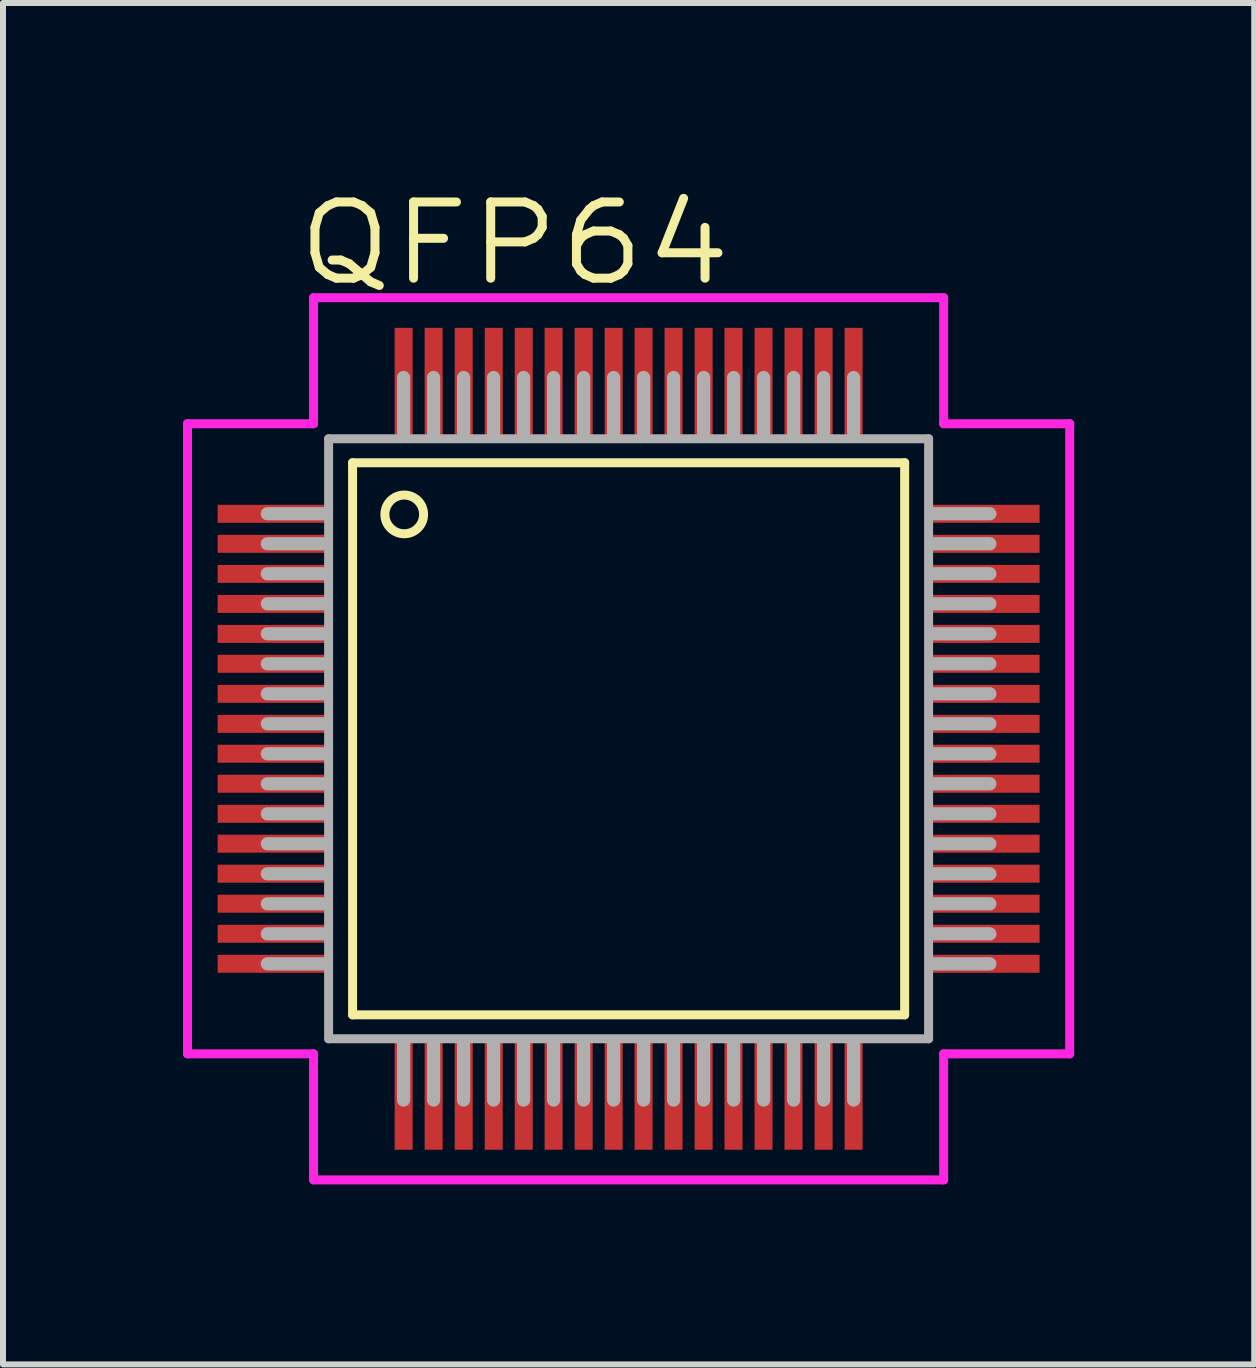
<source format=kicad_pcb>
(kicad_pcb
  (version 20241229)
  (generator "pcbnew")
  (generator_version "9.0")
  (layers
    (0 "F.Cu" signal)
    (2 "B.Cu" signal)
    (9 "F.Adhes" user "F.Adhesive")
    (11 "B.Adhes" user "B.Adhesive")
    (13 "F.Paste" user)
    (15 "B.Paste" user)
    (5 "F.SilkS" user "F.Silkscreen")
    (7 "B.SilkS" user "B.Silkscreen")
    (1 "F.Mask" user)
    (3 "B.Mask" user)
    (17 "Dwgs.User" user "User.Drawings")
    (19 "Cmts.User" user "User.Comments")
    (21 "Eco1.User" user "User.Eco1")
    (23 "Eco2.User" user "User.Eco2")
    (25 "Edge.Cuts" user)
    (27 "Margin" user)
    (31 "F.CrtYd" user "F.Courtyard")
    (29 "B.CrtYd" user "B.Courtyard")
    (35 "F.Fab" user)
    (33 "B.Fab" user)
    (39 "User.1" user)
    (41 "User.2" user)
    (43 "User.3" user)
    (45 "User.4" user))
  (footprint "QFP64"
    (layer "F.Cu")
    (at 7.425 9.261)
    (property "Reference" "QFP64" (at -1.905 -8.255 0) (layer "F.SilkS") (effects (font (size 1.27 1.5) (thickness 0.15))))
    (attr smd)
    (fp_line (start -4.6 -4.6) (end -4.6 4.6) (stroke (width 0.15) (type solid)) (layer "F.SilkS"))
    (fp_line (start -4.6 4.6) (end 4.6 4.6) (stroke (width 0.15) (type solid)) (layer "F.SilkS"))
    (fp_line (start 4.6 -4.6) (end -4.6 -4.6) (stroke (width 0.15) (type solid)) (layer "F.SilkS"))
    (fp_line (start 4.6 4.6) (end 4.6 -4.6) (stroke (width 0.15) (type solid)) (layer "F.SilkS"))
    (fp_circle (center -3.739 -3.739) (end -3.967 -3.967) (stroke (width 0.15) (type solid)) (fill no) (layer "F.SilkS"))
    (fp_line (start -7.35 -5.25) (end -5.25 -5.25) (stroke (width 0.15) (type solid)) (layer "F.CrtYd"))
    (fp_line (start -7.35 5.25) (end -7.35 -5.25) (stroke (width 0.15) (type solid)) (layer "F.CrtYd"))
    (fp_line (start -5.25 -7.35) (end 5.25 -7.35) (stroke (width 0.15) (type solid)) (layer "F.CrtYd"))
    (fp_line (start -5.25 -5.25) (end -5.25 -7.35) (stroke (width 0.15) (type solid)) (layer "F.CrtYd"))
    (fp_line (start -5.25 5.25) (end -7.35 5.25) (stroke (width 0.15) (type solid)) (layer "F.CrtYd"))
    (fp_line (start -5.25 7.35) (end -5.25 5.25) (stroke (width 0.15) (type solid)) (layer "F.CrtYd"))
    (fp_line (start 5.25 -7.35) (end 5.25 -5.25) (stroke (width 0.15) (type solid)) (layer "F.CrtYd"))
    (fp_line (start 5.25 -5.25) (end 7.35 -5.25) (stroke (width 0.15) (type solid)) (layer "F.CrtYd"))
    (fp_line (start 5.25 5.25) (end 5.25 7.35) (stroke (width 0.15) (type solid)) (layer "F.CrtYd"))
    (fp_line (start 5.25 7.35) (end -5.25 7.35) (stroke (width 0.15) (type solid)) (layer "F.CrtYd"))
    (fp_line (start 7.35 -5.25) (end 7.35 5.25) (stroke (width 0.15) (type solid)) (layer "F.CrtYd"))
    (fp_line (start 7.35 5.25) (end 5.25 5.25) (stroke (width 0.15) (type solid)) (layer "F.CrtYd"))
    (fp_line (start -6.02 -3.75) (end -5.1 -3.75) (stroke (width 0.22) (type solid)) (layer "F.Fab"))
    (fp_line (start -6.02 -3.25) (end -5.1 -3.25) (stroke (width 0.22) (type solid)) (layer "F.Fab"))
    (fp_line (start -6.02 -2.75) (end -5.1 -2.75) (stroke (width 0.22) (type solid)) (layer "F.Fab"))
    (fp_line (start -6.02 -2.25) (end -5.1 -2.25) (stroke (width 0.22) (type solid)) (layer "F.Fab"))
    (fp_line (start -6.02 -1.75) (end -5.1 -1.75) (stroke (width 0.22) (type solid)) (layer "F.Fab"))
    (fp_line (start -6.02 -1.25) (end -5.1 -1.25) (stroke (width 0.22) (type solid)) (layer "F.Fab"))
    (fp_line (start -6.02 -0.75) (end -5.1 -0.75) (stroke (width 0.22) (type solid)) (layer "F.Fab"))
    (fp_line (start -6.02 -0.25) (end -5.1 -0.25) (stroke (width 0.22) (type solid)) (layer "F.Fab"))
    (fp_line (start -6.02 0.25) (end -5.1 0.25) (stroke (width 0.22) (type solid)) (layer "F.Fab"))
    (fp_line (start -6.02 0.75) (end -5.1 0.75) (stroke (width 0.22) (type solid)) (layer "F.Fab"))
    (fp_line (start -6.02 1.25) (end -5.1 1.25) (stroke (width 0.22) (type solid)) (layer "F.Fab"))
    (fp_line (start -6.02 1.75) (end -5.1 1.75) (stroke (width 0.22) (type solid)) (layer "F.Fab"))
    (fp_line (start -6.02 2.25) (end -5.1 2.25) (stroke (width 0.22) (type solid)) (layer "F.Fab"))
    (fp_line (start -6.02 2.75) (end -5.1 2.75) (stroke (width 0.22) (type solid)) (layer "F.Fab"))
    (fp_line (start -6.02 3.25) (end -5.1 3.25) (stroke (width 0.22) (type solid)) (layer "F.Fab"))
    (fp_line (start -6.02 3.75) (end -5.1 3.75) (stroke (width 0.22) (type solid)) (layer "F.Fab"))
    (fp_line (start -4.999 -4.999) (end -4.999 4.999) (stroke (width 0.15) (type solid)) (layer "F.Fab"))
    (fp_line (start -4.999 4.999) (end 4.999 4.999) (stroke (width 0.15) (type solid)) (layer "F.Fab"))
    (fp_line (start -3.75 -5.1) (end -3.75 -6.02) (stroke (width 0.22) (type solid)) (layer "F.Fab"))
    (fp_line (start -3.75 6.02) (end -3.75 5.1) (stroke (width 0.22) (type solid)) (layer "F.Fab"))
    (fp_line (start -3.25 -5.1) (end -3.25 -6.02) (stroke (width 0.22) (type solid)) (layer "F.Fab"))
    (fp_line (start -3.25 6.02) (end -3.25 5.1) (stroke (width 0.22) (type solid)) (layer "F.Fab"))
    (fp_line (start -2.75 -5.1) (end -2.75 -6.02) (stroke (width 0.22) (type solid)) (layer "F.Fab"))
    (fp_line (start -2.75 6.02) (end -2.75 5.1) (stroke (width 0.22) (type solid)) (layer "F.Fab"))
    (fp_line (start -2.25 -5.1) (end -2.25 -6.02) (stroke (width 0.22) (type solid)) (layer "F.Fab"))
    (fp_line (start -2.25 6.02) (end -2.25 5.1) (stroke (width 0.22) (type solid)) (layer "F.Fab"))
    (fp_line (start -1.75 -5.1) (end -1.75 -6.02) (stroke (width 0.22) (type solid)) (layer "F.Fab"))
    (fp_line (start -1.75 6.02) (end -1.75 5.1) (stroke (width 0.22) (type solid)) (layer "F.Fab"))
    (fp_line (start -1.25 -5.1) (end -1.25 -6.02) (stroke (width 0.22) (type solid)) (layer "F.Fab"))
    (fp_line (start -1.25 6.02) (end -1.25 5.1) (stroke (width 0.22) (type solid)) (layer "F.Fab"))
    (fp_line (start -0.75 -5.1) (end -0.75 -6.02) (stroke (width 0.22) (type solid)) (layer "F.Fab"))
    (fp_line (start -0.75 6.02) (end -0.75 5.1) (stroke (width 0.22) (type solid)) (layer "F.Fab"))
    (fp_line (start -0.25 -5.1) (end -0.25 -6.02) (stroke (width 0.22) (type solid)) (layer "F.Fab"))
    (fp_line (start -0.25 6.02) (end -0.25 5.1) (stroke (width 0.22) (type solid)) (layer "F.Fab"))
    (fp_line (start 0.25 -5.1) (end 0.25 -6.02) (stroke (width 0.22) (type solid)) (layer "F.Fab"))
    (fp_line (start 0.25 6.02) (end 0.25 5.1) (stroke (width 0.22) (type solid)) (layer "F.Fab"))
    (fp_line (start 0.75 -5.1) (end 0.75 -6.02) (stroke (width 0.22) (type solid)) (layer "F.Fab"))
    (fp_line (start 0.75 6.02) (end 0.75 5.1) (stroke (width 0.22) (type solid)) (layer "F.Fab"))
    (fp_line (start 1.25 -5.1) (end 1.25 -6.02) (stroke (width 0.22) (type solid)) (layer "F.Fab"))
    (fp_line (start 1.25 6.02) (end 1.25 5.1) (stroke (width 0.22) (type solid)) (layer "F.Fab"))
    (fp_line (start 1.75 -5.1) (end 1.75 -6.02) (stroke (width 0.22) (type solid)) (layer "F.Fab"))
    (fp_line (start 1.75 6.02) (end 1.75 5.1) (stroke (width 0.22) (type solid)) (layer "F.Fab"))
    (fp_line (start 2.25 -5.1) (end 2.25 -6.02) (stroke (width 0.22) (type solid)) (layer "F.Fab"))
    (fp_line (start 2.25 6.02) (end 2.25 5.1) (stroke (width 0.22) (type solid)) (layer "F.Fab"))
    (fp_line (start 2.75 -5.1) (end 2.75 -6.02) (stroke (width 0.22) (type solid)) (layer "F.Fab"))
    (fp_line (start 2.75 6.02) (end 2.75 5.1) (stroke (width 0.22) (type solid)) (layer "F.Fab"))
    (fp_line (start 3.25 -5.1) (end 3.25 -6.02) (stroke (width 0.22) (type solid)) (layer "F.Fab"))
    (fp_line (start 3.25 6.02) (end 3.25 5.1) (stroke (width 0.22) (type solid)) (layer "F.Fab"))
    (fp_line (start 3.75 -5.1) (end 3.75 -6.02) (stroke (width 0.22) (type solid)) (layer "F.Fab"))
    (fp_line (start 3.75 6.02) (end 3.75 5.1) (stroke (width 0.22) (type solid)) (layer "F.Fab"))
    (fp_line (start 4.999 -4.999) (end -4.999 -4.999) (stroke (width 0.15) (type solid)) (layer "F.Fab"))
    (fp_line (start 4.999 4.999) (end 4.999 -4.999) (stroke (width 0.15) (type solid)) (layer "F.Fab"))
    (fp_line (start 5.1 -3.75) (end 6.02 -3.75) (stroke (width 0.22) (type solid)) (layer "F.Fab"))
    (fp_line (start 5.1 -3.25) (end 6.02 -3.25) (stroke (width 0.22) (type solid)) (layer "F.Fab"))
    (fp_line (start 5.1 -2.75) (end 6.02 -2.75) (stroke (width 0.22) (type solid)) (layer "F.Fab"))
    (fp_line (start 5.1 -2.25) (end 6.02 -2.25) (stroke (width 0.22) (type solid)) (layer "F.Fab"))
    (fp_line (start 5.1 -1.75) (end 6.02 -1.75) (stroke (width 0.22) (type solid)) (layer "F.Fab"))
    (fp_line (start 5.1 -1.25) (end 6.02 -1.25) (stroke (width 0.22) (type solid)) (layer "F.Fab"))
    (fp_line (start 5.1 -0.75) (end 6.02 -0.75) (stroke (width 0.22) (type solid)) (layer "F.Fab"))
    (fp_line (start 5.1 -0.25) (end 6.02 -0.25) (stroke (width 0.22) (type solid)) (layer "F.Fab"))
    (fp_line (start 5.1 0.25) (end 6.02 0.25) (stroke (width 0.22) (type solid)) (layer "F.Fab"))
    (fp_line (start 5.1 0.75) (end 6.02 0.75) (stroke (width 0.22) (type solid)) (layer "F.Fab"))
    (fp_line (start 5.1 1.25) (end 6.02 1.25) (stroke (width 0.22) (type solid)) (layer "F.Fab"))
    (fp_line (start 5.1 1.75) (end 6.02 1.75) (stroke (width 0.22) (type solid)) (layer "F.Fab"))
    (fp_line (start 5.1 2.25) (end 6.02 2.25) (stroke (width 0.22) (type solid)) (layer "F.Fab"))
    (fp_line (start 5.1 2.75) (end 6.02 2.75) (stroke (width 0.22) (type solid)) (layer "F.Fab"))
    (fp_line (start 5.1 3.25) (end 6.02 3.25) (stroke (width 0.22) (type solid)) (layer "F.Fab"))
    (fp_line (start 5.1 3.75) (end 6.02 3.75) (stroke (width 0.22) (type solid)) (layer "F.Fab"))
    (pad "1" smd rect (at -5.898 -3.749) (size 1.9 0.3) (layers "F.Cu" "F.Mask" "F.Paste"))
    (pad "2" smd rect (at -5.898 -3.249) (size 1.9 0.3) (layers "F.Cu" "F.Mask" "F.Paste"))
    (pad "3" smd rect (at -5.898 -2.748) (size 1.9 0.3) (layers "F.Cu" "F.Mask" "F.Paste"))
    (pad "4" smd rect (at -5.898 -2.248) (size 1.9 0.3) (layers "F.Cu" "F.Mask" "F.Paste"))
    (pad "5" smd rect (at -5.898 -1.748) (size 1.9 0.3) (layers "F.Cu" "F.Mask" "F.Paste"))
    (pad "6" smd rect (at -5.898 -1.25) (size 1.9 0.3) (layers "F.Cu" "F.Mask" "F.Paste"))
    (pad "7" smd rect (at -5.898 -0.749) (size 1.9 0.3) (layers "F.Cu" "F.Mask" "F.Paste"))
    (pad "8" smd rect (at -5.898 -0.249) (size 1.9 0.3) (layers "F.Cu" "F.Mask" "F.Paste"))
    (pad "9" smd rect (at -5.898 0.249) (size 1.9 0.3) (layers "F.Cu" "F.Mask" "F.Paste"))
    (pad "10" smd rect (at -5.898 0.749) (size 1.9 0.3) (layers "F.Cu" "F.Mask" "F.Paste"))
    (pad "11" smd rect (at -5.898 1.25) (size 1.9 0.3) (layers "F.Cu" "F.Mask" "F.Paste"))
    (pad "12" smd rect (at -5.898 1.748) (size 1.9 0.3) (layers "F.Cu" "F.Mask" "F.Paste"))
    (pad "13" smd rect (at -5.898 2.248) (size 1.9 0.3) (layers "F.Cu" "F.Mask" "F.Paste"))
    (pad "14" smd rect (at -5.898 2.748) (size 1.9 0.3) (layers "F.Cu" "F.Mask" "F.Paste"))
    (pad "15" smd rect (at -5.898 3.249) (size 1.9 0.3) (layers "F.Cu" "F.Mask" "F.Paste"))
    (pad "16" smd rect (at -5.898 3.749) (size 1.9 0.3) (layers "F.Cu" "F.Mask" "F.Paste"))
    (pad "17" smd rect (at -3.749 5.898 90) (size 1.9 0.3) (layers "F.Cu" "F.Mask" "F.Paste"))
    (pad "18" smd rect (at -3.249 5.898 90) (size 1.9 0.3) (layers "F.Cu" "F.Mask" "F.Paste"))
    (pad "19" smd rect (at -2.748 5.898 90) (size 1.9 0.3) (layers "F.Cu" "F.Mask" "F.Paste"))
    (pad "20" smd rect (at -2.248 5.898 90) (size 1.9 0.3) (layers "F.Cu" "F.Mask" "F.Paste"))
    (pad "21" smd rect (at -1.748 5.898 90) (size 1.9 0.3) (layers "F.Cu" "F.Mask" "F.Paste"))
    (pad "22" smd rect (at -1.25 5.898 90) (size 1.9 0.3) (layers "F.Cu" "F.Mask" "F.Paste"))
    (pad "23" smd rect (at -0.749 5.898 90) (size 1.9 0.3) (layers "F.Cu" "F.Mask" "F.Paste"))
    (pad "24" smd rect (at -0.249 5.898 90) (size 1.9 0.3) (layers "F.Cu" "F.Mask" "F.Paste"))
    (pad "25" smd rect (at 0.249 5.898 90) (size 1.9 0.3) (layers "F.Cu" "F.Mask" "F.Paste"))
    (pad "26" smd rect (at 0.749 5.898 90) (size 1.9 0.3) (layers "F.Cu" "F.Mask" "F.Paste"))
    (pad "27" smd rect (at 1.25 5.898 90) (size 1.9 0.3) (layers "F.Cu" "F.Mask" "F.Paste"))
    (pad "28" smd rect (at 1.748 5.898 90) (size 1.9 0.3) (layers "F.Cu" "F.Mask" "F.Paste"))
    (pad "29" smd rect (at 2.248 5.898 90) (size 1.9 0.3) (layers "F.Cu" "F.Mask" "F.Paste"))
    (pad "30" smd rect (at 2.748 5.898 90) (size 1.9 0.3) (layers "F.Cu" "F.Mask" "F.Paste"))
    (pad "31" smd rect (at 3.249 5.898 90) (size 1.9 0.3) (layers "F.Cu" "F.Mask" "F.Paste"))
    (pad "32" smd rect (at 3.749 5.898 90) (size 1.9 0.3) (layers "F.Cu" "F.Mask" "F.Paste"))
    (pad "33" smd rect (at 5.898 3.749) (size 1.9 0.3) (layers "F.Cu" "F.Mask" "F.Paste"))
    (pad "34" smd rect (at 5.898 3.249) (size 1.9 0.3) (layers "F.Cu" "F.Mask" "F.Paste"))
    (pad "35" smd rect (at 5.898 2.748) (size 1.9 0.3) (layers "F.Cu" "F.Mask" "F.Paste"))
    (pad "36" smd rect (at 5.898 2.248) (size 1.9 0.3) (layers "F.Cu" "F.Mask" "F.Paste"))
    (pad "37" smd rect (at 5.898 1.748) (size 1.9 0.3) (layers "F.Cu" "F.Mask" "F.Paste"))
    (pad "38" smd rect (at 5.898 1.25) (size 1.9 0.3) (layers "F.Cu" "F.Mask" "F.Paste"))
    (pad "39" smd rect (at 5.898 0.749) (size 1.9 0.3) (layers "F.Cu" "F.Mask" "F.Paste"))
    (pad "40" smd rect (at 5.898 0.249) (size 1.9 0.3) (layers "F.Cu" "F.Mask" "F.Paste"))
    (pad "41" smd rect (at 5.898 -0.249) (size 1.9 0.3) (layers "F.Cu" "F.Mask" "F.Paste"))
    (pad "42" smd rect (at 5.898 -0.749) (size 1.9 0.3) (layers "F.Cu" "F.Mask" "F.Paste"))
    (pad "43" smd rect (at 5.898 -1.25) (size 1.9 0.3) (layers "F.Cu" "F.Mask" "F.Paste"))
    (pad "44" smd rect (at 5.898 -1.748) (size 1.9 0.3) (layers "F.Cu" "F.Mask" "F.Paste"))
    (pad "45" smd rect (at 5.898 -2.248) (size 1.9 0.3) (layers "F.Cu" "F.Mask" "F.Paste"))
    (pad "46" smd rect (at 5.898 -2.748) (size 1.9 0.3) (layers "F.Cu" "F.Mask" "F.Paste"))
    (pad "47" smd rect (at 5.898 -3.249) (size 1.9 0.3) (layers "F.Cu" "F.Mask" "F.Paste"))
    (pad "48" smd rect (at 5.898 -3.749) (size 1.9 0.3) (layers "F.Cu" "F.Mask" "F.Paste"))
    (pad "49" smd rect (at 3.749 -5.898 90) (size 1.9 0.3) (layers "F.Cu" "F.Mask" "F.Paste"))
    (pad "50" smd rect (at 3.249 -5.898 90) (size 1.9 0.3) (layers "F.Cu" "F.Mask" "F.Paste"))
    (pad "51" smd rect (at 2.748 -5.898 90) (size 1.9 0.3) (layers "F.Cu" "F.Mask" "F.Paste"))
    (pad "52" smd rect (at 2.248 -5.898 90) (size 1.9 0.3) (layers "F.Cu" "F.Mask" "F.Paste"))
    (pad "53" smd rect (at 1.748 -5.898 90) (size 1.9 0.3) (layers "F.Cu" "F.Mask" "F.Paste"))
    (pad "54" smd rect (at 1.25 -5.898 90) (size 1.9 0.3) (layers "F.Cu" "F.Mask" "F.Paste"))
    (pad "55" smd rect (at 0.749 -5.898 90) (size 1.9 0.3) (layers "F.Cu" "F.Mask" "F.Paste"))
    (pad "56" smd rect (at 0.249 -5.898 90) (size 1.9 0.3) (layers "F.Cu" "F.Mask" "F.Paste"))
    (pad "57" smd rect (at -0.249 -5.898 90) (size 1.9 0.3) (layers "F.Cu" "F.Mask" "F.Paste"))
    (pad "58" smd rect (at -0.749 -5.898 90) (size 1.9 0.3) (layers "F.Cu" "F.Mask" "F.Paste"))
    (pad "59" smd rect (at -1.25 -5.898 90) (size 1.9 0.3) (layers "F.Cu" "F.Mask" "F.Paste"))
    (pad "60" smd rect (at -1.748 -5.898 90) (size 1.9 0.3) (layers "F.Cu" "F.Mask" "F.Paste"))
    (pad "61" smd rect (at -2.248 -5.898 90) (size 1.9 0.3) (layers "F.Cu" "F.Mask" "F.Paste"))
    (pad "62" smd rect (at -2.748 -5.898 90) (size 1.9 0.3) (layers "F.Cu" "F.Mask" "F.Paste"))
    (pad "63" smd rect (at -3.249 -5.898 90) (size 1.9 0.3) (layers "F.Cu" "F.Mask" "F.Paste"))
    (pad "64" smd rect (at -3.749 -5.898 90) (size 1.9 0.3) (layers "F.Cu" "F.Mask" "F.Paste")))
  (gr_rect
    (start -3 -3)
    (end 17.85 19.686)
    (stroke (width 0.1) (type default))
    (fill no)
    (layer "Edge.Cuts")))
</source>
